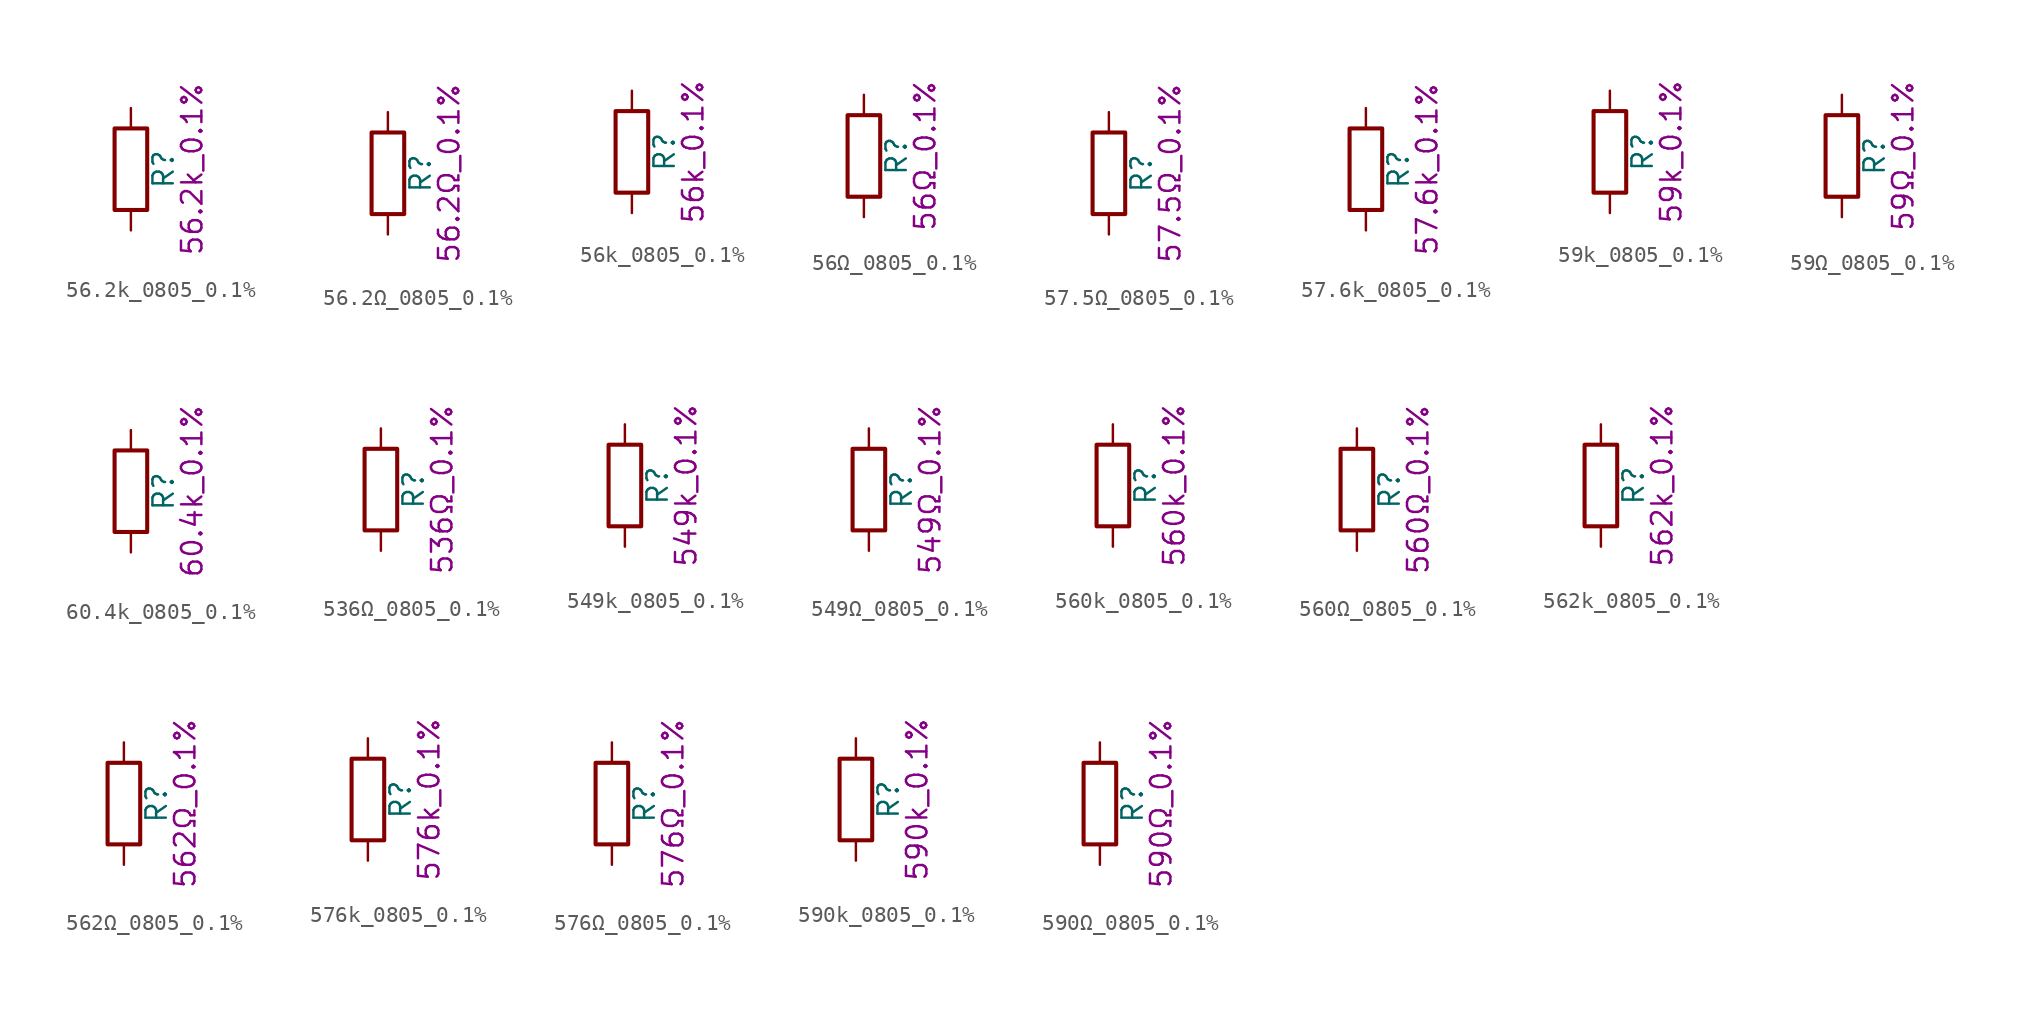
<source format=kicad_sym>
(kicad_symbol_lib
  (version 20211014)
  (generator kicad_symbol_editor)
  (symbol "56.2k_0805_0.1%"
    (pin_numbers hide)
    (pin_names
      (offset 0))
    (property "Reference" "R"
      (at 2.032 0 90)
      (effects (font (size 1.27 1.27))))
    (property "Display" "56.2k_0.1%"
      (at 3.81 0 90)
      (effects (font (size 1.27 1.27))))
    (symbol "56.2k_0805_0.1%_0_1"
      (rectangle (start -1.016 -2.54) (end 1.016 2.54) (stroke (width 0.254) (type default) (color 0 0 0 0)) (fill (type none))))
    (symbol "56.2k_0805_0.1%_1_1"
      (pin passive line (at 0 3.81 270) (length 1.27) (name "~" (effects (font (size 1.27 1.27)))) (number "1" (effects (font (size 1.27 1.27)))))
      (pin passive line (at 0 -3.81 90) (length 1.27) (name "~" (effects (font (size 1.27 1.27)))) (number "2" (effects (font (size 1.27 1.27)))))))
  (symbol "56.2Ω_0805_0.1%"
    (pin_numbers hide)
    (pin_names
      (offset 0))
    (property "Reference" "R"
      (at 2.032 0 90)
      (effects (font (size 1.27 1.27))))
    (property "Display" "56.2Ω_0.1%"
      (at 3.81 0 90)
      (effects (font (size 1.27 1.27))))
    (symbol "56.2Ω_0805_0.1%_0_1"
      (rectangle (start -1.016 -2.54) (end 1.016 2.54) (stroke (width 0.254) (type default) (color 0 0 0 0)) (fill (type none))))
    (symbol "56.2Ω_0805_0.1%_1_1"
      (pin passive line (at 0 3.81 270) (length 1.27) (name "~" (effects (font (size 1.27 1.27)))) (number "1" (effects (font (size 1.27 1.27)))))
      (pin passive line (at 0 -3.81 90) (length 1.27) (name "~" (effects (font (size 1.27 1.27)))) (number "2" (effects (font (size 1.27 1.27)))))))
  (symbol "56k_0805_0.1%"
    (pin_numbers hide)
    (pin_names
      (offset 0))
    (property "Reference" "R"
      (at 2.032 0 90)
      (effects (font (size 1.27 1.27))))
    (property "Display" "56k_0.1%"
      (at 3.81 0 90)
      (effects (font (size 1.27 1.27))))
    (symbol "56k_0805_0.1%_0_1"
      (rectangle (start -1.016 -2.54) (end 1.016 2.54) (stroke (width 0.254) (type default) (color 0 0 0 0)) (fill (type none))))
    (symbol "56k_0805_0.1%_1_1"
      (pin passive line (at 0 3.81 270) (length 1.27) (name "~" (effects (font (size 1.27 1.27)))) (number "1" (effects (font (size 1.27 1.27)))))
      (pin passive line (at 0 -3.81 90) (length 1.27) (name "~" (effects (font (size 1.27 1.27)))) (number "2" (effects (font (size 1.27 1.27)))))))
  (symbol "56Ω_0805_0.1%"
    (pin_numbers hide)
    (pin_names
      (offset 0))
    (property "Reference" "R"
      (at 2.032 0 90)
      (effects (font (size 1.27 1.27))))
    (property "Display" "56Ω_0.1%"
      (at 3.81 0 90)
      (effects (font (size 1.27 1.27))))
    (symbol "56Ω_0805_0.1%_0_1"
      (rectangle (start -1.016 -2.54) (end 1.016 2.54) (stroke (width 0.254) (type default) (color 0 0 0 0)) (fill (type none))))
    (symbol "56Ω_0805_0.1%_1_1"
      (pin passive line (at 0 3.81 270) (length 1.27) (name "~" (effects (font (size 1.27 1.27)))) (number "1" (effects (font (size 1.27 1.27)))))
      (pin passive line (at 0 -3.81 90) (length 1.27) (name "~" (effects (font (size 1.27 1.27)))) (number "2" (effects (font (size 1.27 1.27)))))))
  (symbol "57.5Ω_0805_0.1%"
    (pin_numbers hide)
    (pin_names
      (offset 0))
    (property "Reference" "R"
      (at 2.032 0 90)
      (effects (font (size 1.27 1.27))))
    (property "Display" "57.5Ω_0.1%"
      (at 3.81 0 90)
      (effects (font (size 1.27 1.27))))
    (symbol "57.5Ω_0805_0.1%_0_1"
      (rectangle (start -1.016 -2.54) (end 1.016 2.54) (stroke (width 0.254) (type default) (color 0 0 0 0)) (fill (type none))))
    (symbol "57.5Ω_0805_0.1%_1_1"
      (pin passive line (at 0 3.81 270) (length 1.27) (name "~" (effects (font (size 1.27 1.27)))) (number "1" (effects (font (size 1.27 1.27)))))
      (pin passive line (at 0 -3.81 90) (length 1.27) (name "~" (effects (font (size 1.27 1.27)))) (number "2" (effects (font (size 1.27 1.27)))))))
  (symbol "57.6k_0805_0.1%"
    (pin_numbers hide)
    (pin_names
      (offset 0))
    (property "Reference" "R"
      (at 2.032 0 90)
      (effects (font (size 1.27 1.27))))
    (property "Display" "57.6k_0.1%"
      (at 3.81 0 90)
      (effects (font (size 1.27 1.27))))
    (symbol "57.6k_0805_0.1%_0_1"
      (rectangle (start -1.016 -2.54) (end 1.016 2.54) (stroke (width 0.254) (type default) (color 0 0 0 0)) (fill (type none))))
    (symbol "57.6k_0805_0.1%_1_1"
      (pin passive line (at 0 3.81 270) (length 1.27) (name "~" (effects (font (size 1.27 1.27)))) (number "1" (effects (font (size 1.27 1.27)))))
      (pin passive line (at 0 -3.81 90) (length 1.27) (name "~" (effects (font (size 1.27 1.27)))) (number "2" (effects (font (size 1.27 1.27)))))))
  (symbol "59k_0805_0.1%"
    (pin_numbers hide)
    (pin_names
      (offset 0))
    (property "Reference" "R"
      (at 2.032 0 90)
      (effects (font (size 1.27 1.27))))
    (property "Display" "59k_0.1%"
      (at 3.81 0 90)
      (effects (font (size 1.27 1.27))))
    (symbol "59k_0805_0.1%_0_1"
      (rectangle (start -1.016 -2.54) (end 1.016 2.54) (stroke (width 0.254) (type default) (color 0 0 0 0)) (fill (type none))))
    (symbol "59k_0805_0.1%_1_1"
      (pin passive line (at 0 3.81 270) (length 1.27) (name "~" (effects (font (size 1.27 1.27)))) (number "1" (effects (font (size 1.27 1.27)))))
      (pin passive line (at 0 -3.81 90) (length 1.27) (name "~" (effects (font (size 1.27 1.27)))) (number "2" (effects (font (size 1.27 1.27)))))))
  (symbol "59Ω_0805_0.1%"
    (pin_numbers hide)
    (pin_names
      (offset 0))
    (property "Reference" "R"
      (at 2.032 0 90)
      (effects (font (size 1.27 1.27))))
    (property "Display" "59Ω_0.1%"
      (at 3.81 0 90)
      (effects (font (size 1.27 1.27))))
    (symbol "59Ω_0805_0.1%_0_1"
      (rectangle (start -1.016 -2.54) (end 1.016 2.54) (stroke (width 0.254) (type default) (color 0 0 0 0)) (fill (type none))))
    (symbol "59Ω_0805_0.1%_1_1"
      (pin passive line (at 0 3.81 270) (length 1.27) (name "~" (effects (font (size 1.27 1.27)))) (number "1" (effects (font (size 1.27 1.27)))))
      (pin passive line (at 0 -3.81 90) (length 1.27) (name "~" (effects (font (size 1.27 1.27)))) (number "2" (effects (font (size 1.27 1.27)))))))
  (symbol "60.4k_0805_0.1%"
    (pin_numbers hide)
    (pin_names
      (offset 0))
    (property "Reference" "R"
      (at 2.032 0 90)
      (effects (font (size 1.27 1.27))))
    (property "Display" "60.4k_0.1%"
      (at 3.81 0 90)
      (effects (font (size 1.27 1.27))))
    (symbol "60.4k_0805_0.1%_0_1"
      (rectangle (start -1.016 -2.54) (end 1.016 2.54) (stroke (width 0.254) (type default) (color 0 0 0 0)) (fill (type none))))
    (symbol "60.4k_0805_0.1%_1_1"
      (pin passive line (at 0 3.81 270) (length 1.27) (name "~" (effects (font (size 1.27 1.27)))) (number "1" (effects (font (size 1.27 1.27)))))
      (pin passive line (at 0 -3.81 90) (length 1.27) (name "~" (effects (font (size 1.27 1.27)))) (number "2" (effects (font (size 1.27 1.27)))))))
  (symbol "536Ω_0805_0.1%"
    (pin_numbers hide)
    (pin_names
      (offset 0))
    (property "Reference" "R"
      (at 2.032 0 90)
      (effects (font (size 1.27 1.27))))
    (property "Display" "536Ω_0.1%"
      (at 3.81 0 90)
      (effects (font (size 1.27 1.27))))
    (symbol "536Ω_0805_0.1%_0_1"
      (rectangle (start -1.016 -2.54) (end 1.016 2.54) (stroke (width 0.254) (type default) (color 0 0 0 0)) (fill (type none))))
    (symbol "536Ω_0805_0.1%_1_1"
      (pin passive line (at 0 3.81 270) (length 1.27) (name "~" (effects (font (size 1.27 1.27)))) (number "1" (effects (font (size 1.27 1.27)))))
      (pin passive line (at 0 -3.81 90) (length 1.27) (name "~" (effects (font (size 1.27 1.27)))) (number "2" (effects (font (size 1.27 1.27)))))))
  (symbol "549k_0805_0.1%"
    (pin_numbers hide)
    (pin_names
      (offset 0))
    (property "Reference" "R"
      (at 2.032 0 90)
      (effects (font (size 1.27 1.27))))
    (property "Display" "549k_0.1%"
      (at 3.81 0 90)
      (effects (font (size 1.27 1.27))))
    (symbol "549k_0805_0.1%_0_1"
      (rectangle (start -1.016 -2.54) (end 1.016 2.54) (stroke (width 0.254) (type default) (color 0 0 0 0)) (fill (type none))))
    (symbol "549k_0805_0.1%_1_1"
      (pin passive line (at 0 3.81 270) (length 1.27) (name "~" (effects (font (size 1.27 1.27)))) (number "1" (effects (font (size 1.27 1.27)))))
      (pin passive line (at 0 -3.81 90) (length 1.27) (name "~" (effects (font (size 1.27 1.27)))) (number "2" (effects (font (size 1.27 1.27)))))))
  (symbol "549Ω_0805_0.1%"
    (pin_numbers hide)
    (pin_names
      (offset 0))
    (property "Reference" "R"
      (at 2.032 0 90)
      (effects (font (size 1.27 1.27))))
    (property "Display" "549Ω_0.1%"
      (at 3.81 0 90)
      (effects (font (size 1.27 1.27))))
    (symbol "549Ω_0805_0.1%_0_1"
      (rectangle (start -1.016 -2.54) (end 1.016 2.54) (stroke (width 0.254) (type default) (color 0 0 0 0)) (fill (type none))))
    (symbol "549Ω_0805_0.1%_1_1"
      (pin passive line (at 0 3.81 270) (length 1.27) (name "~" (effects (font (size 1.27 1.27)))) (number "1" (effects (font (size 1.27 1.27)))))
      (pin passive line (at 0 -3.81 90) (length 1.27) (name "~" (effects (font (size 1.27 1.27)))) (number "2" (effects (font (size 1.27 1.27)))))))
  (symbol "560k_0805_0.1%"
    (pin_numbers hide)
    (pin_names
      (offset 0))
    (property "Reference" "R"
      (at 2.032 0 90)
      (effects (font (size 1.27 1.27))))
    (property "Display" "560k_0.1%"
      (at 3.81 0 90)
      (effects (font (size 1.27 1.27))))
    (symbol "560k_0805_0.1%_0_1"
      (rectangle (start -1.016 -2.54) (end 1.016 2.54) (stroke (width 0.254) (type default) (color 0 0 0 0)) (fill (type none))))
    (symbol "560k_0805_0.1%_1_1"
      (pin passive line (at 0 3.81 270) (length 1.27) (name "~" (effects (font (size 1.27 1.27)))) (number "1" (effects (font (size 1.27 1.27)))))
      (pin passive line (at 0 -3.81 90) (length 1.27) (name "~" (effects (font (size 1.27 1.27)))) (number "2" (effects (font (size 1.27 1.27)))))))
  (symbol "560Ω_0805_0.1%"
    (pin_numbers hide)
    (pin_names
      (offset 0))
    (property "Reference" "R"
      (at 2.032 0 90)
      (effects (font (size 1.27 1.27))))
    (property "Display" "560Ω_0.1%"
      (at 3.81 0 90)
      (effects (font (size 1.27 1.27))))
    (symbol "560Ω_0805_0.1%_0_1"
      (rectangle (start -1.016 -2.54) (end 1.016 2.54) (stroke (width 0.254) (type default) (color 0 0 0 0)) (fill (type none))))
    (symbol "560Ω_0805_0.1%_1_1"
      (pin passive line (at 0 3.81 270) (length 1.27) (name "~" (effects (font (size 1.27 1.27)))) (number "1" (effects (font (size 1.27 1.27)))))
      (pin passive line (at 0 -3.81 90) (length 1.27) (name "~" (effects (font (size 1.27 1.27)))) (number "2" (effects (font (size 1.27 1.27)))))))
  (symbol "562k_0805_0.1%"
    (pin_numbers hide)
    (pin_names
      (offset 0))
    (property "Reference" "R"
      (at 2.032 0 90)
      (effects (font (size 1.27 1.27))))
    (property "Display" "562k_0.1%"
      (at 3.81 0 90)
      (effects (font (size 1.27 1.27))))
    (symbol "562k_0805_0.1%_0_1"
      (rectangle (start -1.016 -2.54) (end 1.016 2.54) (stroke (width 0.254) (type default) (color 0 0 0 0)) (fill (type none))))
    (symbol "562k_0805_0.1%_1_1"
      (pin passive line (at 0 3.81 270) (length 1.27) (name "~" (effects (font (size 1.27 1.27)))) (number "1" (effects (font (size 1.27 1.27)))))
      (pin passive line (at 0 -3.81 90) (length 1.27) (name "~" (effects (font (size 1.27 1.27)))) (number "2" (effects (font (size 1.27 1.27)))))))
  (symbol "562Ω_0805_0.1%"
    (pin_numbers hide)
    (pin_names
      (offset 0))
    (property "Reference" "R"
      (at 2.032 0 90)
      (effects (font (size 1.27 1.27))))
    (property "Display" "562Ω_0.1%"
      (at 3.81 0 90)
      (effects (font (size 1.27 1.27))))
    (symbol "562Ω_0805_0.1%_0_1"
      (rectangle (start -1.016 -2.54) (end 1.016 2.54) (stroke (width 0.254) (type default) (color 0 0 0 0)) (fill (type none))))
    (symbol "562Ω_0805_0.1%_1_1"
      (pin passive line (at 0 3.81 270) (length 1.27) (name "~" (effects (font (size 1.27 1.27)))) (number "1" (effects (font (size 1.27 1.27)))))
      (pin passive line (at 0 -3.81 90) (length 1.27) (name "~" (effects (font (size 1.27 1.27)))) (number "2" (effects (font (size 1.27 1.27)))))))
  (symbol "576k_0805_0.1%"
    (pin_numbers hide)
    (pin_names
      (offset 0))
    (property "Reference" "R"
      (at 2.032 0 90)
      (effects (font (size 1.27 1.27))))
    (property "Display" "576k_0.1%"
      (at 3.81 0 90)
      (effects (font (size 1.27 1.27))))
    (symbol "576k_0805_0.1%_0_1"
      (rectangle (start -1.016 -2.54) (end 1.016 2.54) (stroke (width 0.254) (type default) (color 0 0 0 0)) (fill (type none))))
    (symbol "576k_0805_0.1%_1_1"
      (pin passive line (at 0 3.81 270) (length 1.27) (name "~" (effects (font (size 1.27 1.27)))) (number "1" (effects (font (size 1.27 1.27)))))
      (pin passive line (at 0 -3.81 90) (length 1.27) (name "~" (effects (font (size 1.27 1.27)))) (number "2" (effects (font (size 1.27 1.27)))))))
  (symbol "576Ω_0805_0.1%"
    (pin_numbers hide)
    (pin_names
      (offset 0))
    (property "Reference" "R"
      (at 2.032 0 90)
      (effects (font (size 1.27 1.27))))
    (property "Display" "576Ω_0.1%"
      (at 3.81 0 90)
      (effects (font (size 1.27 1.27))))
    (symbol "576Ω_0805_0.1%_0_1"
      (rectangle (start -1.016 -2.54) (end 1.016 2.54) (stroke (width 0.254) (type default) (color 0 0 0 0)) (fill (type none))))
    (symbol "576Ω_0805_0.1%_1_1"
      (pin passive line (at 0 3.81 270) (length 1.27) (name "~" (effects (font (size 1.27 1.27)))) (number "1" (effects (font (size 1.27 1.27)))))
      (pin passive line (at 0 -3.81 90) (length 1.27) (name "~" (effects (font (size 1.27 1.27)))) (number "2" (effects (font (size 1.27 1.27)))))))
  (symbol "590k_0805_0.1%"
    (pin_numbers hide)
    (pin_names
      (offset 0))
    (property "Reference" "R"
      (at 2.032 0 90)
      (effects (font (size 1.27 1.27))))
    (property "Display" "590k_0.1%"
      (at 3.81 0 90)
      (effects (font (size 1.27 1.27))))
    (symbol "590k_0805_0.1%_0_1"
      (rectangle (start -1.016 -2.54) (end 1.016 2.54) (stroke (width 0.254) (type default) (color 0 0 0 0)) (fill (type none))))
    (symbol "590k_0805_0.1%_1_1"
      (pin passive line (at 0 3.81 270) (length 1.27) (name "~" (effects (font (size 1.27 1.27)))) (number "1" (effects (font (size 1.27 1.27)))))
      (pin passive line (at 0 -3.81 90) (length 1.27) (name "~" (effects (font (size 1.27 1.27)))) (number "2" (effects (font (size 1.27 1.27)))))))
  (symbol "590Ω_0805_0.1%"
    (pin_numbers hide)
    (pin_names
      (offset 0))
    (property "Reference" "R"
      (at 2.032 0 90)
      (effects (font (size 1.27 1.27))))
    (property "Display" "590Ω_0.1%"
      (at 3.81 0 90)
      (effects (font (size 1.27 1.27))))
    (symbol "590Ω_0805_0.1%_0_1"
      (rectangle (start -1.016 -2.54) (end 1.016 2.54) (stroke (width 0.254) (type default) (color 0 0 0 0)) (fill (type none))))
    (symbol "590Ω_0805_0.1%_1_1"
      (pin passive line (at 0 3.81 270) (length 1.27) (name "~" (effects (font (size 1.27 1.27)))) (number "1" (effects (font (size 1.27 1.27)))))
      (pin passive line (at 0 -3.81 90) (length 1.27) (name "~" (effects (font (size 1.27 1.27)))) (number "2" (effects (font (size 1.27 1.27))))))))
</source>
